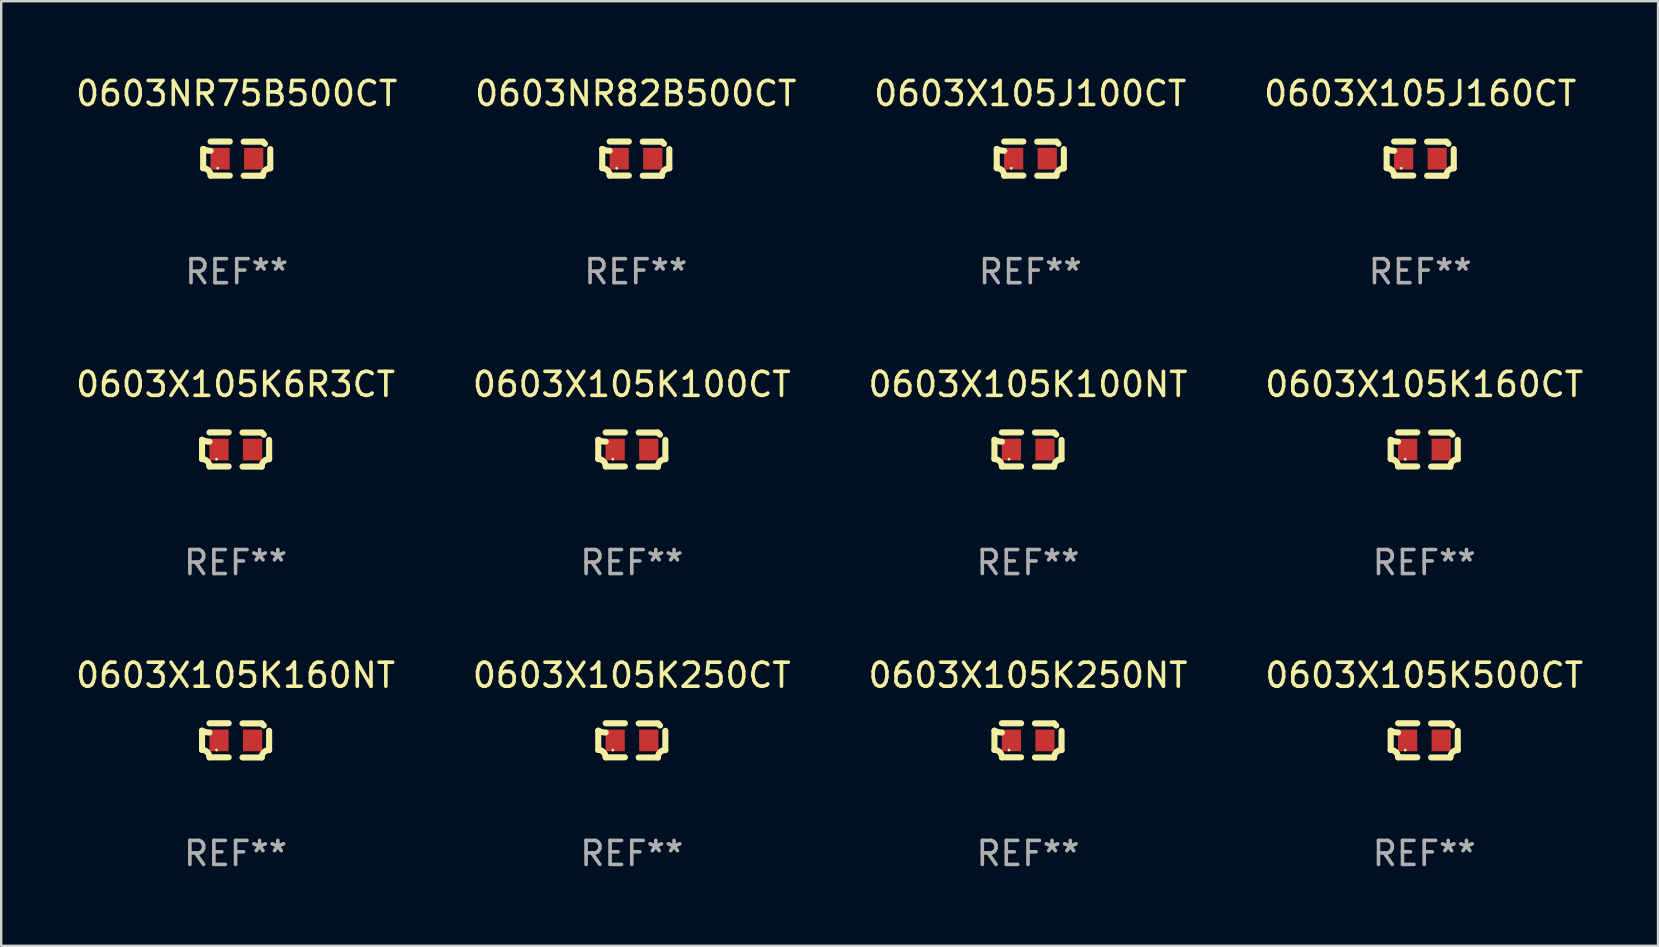
<source format=kicad_pcb>
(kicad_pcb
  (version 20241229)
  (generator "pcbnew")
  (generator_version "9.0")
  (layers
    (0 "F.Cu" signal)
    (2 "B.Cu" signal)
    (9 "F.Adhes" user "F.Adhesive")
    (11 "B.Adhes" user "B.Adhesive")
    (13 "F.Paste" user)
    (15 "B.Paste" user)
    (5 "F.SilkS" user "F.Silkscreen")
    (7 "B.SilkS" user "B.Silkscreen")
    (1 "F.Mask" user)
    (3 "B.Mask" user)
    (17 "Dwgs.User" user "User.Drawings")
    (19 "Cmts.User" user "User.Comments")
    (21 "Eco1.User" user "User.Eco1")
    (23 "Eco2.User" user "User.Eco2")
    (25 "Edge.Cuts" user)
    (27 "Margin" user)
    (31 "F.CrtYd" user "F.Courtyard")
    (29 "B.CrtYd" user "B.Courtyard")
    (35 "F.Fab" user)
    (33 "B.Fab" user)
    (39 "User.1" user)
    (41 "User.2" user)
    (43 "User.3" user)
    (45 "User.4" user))
  (footprint "0603X105K100CT"
    (layer "F.Cu")
    (at 23.28 15.683)
    (property "Reference" "0603X105K100CT" (at 0 -2.713 0) (layer "F.SilkS") (effects (font (size 1 1) (thickness 0.15))))
    (attr through_hole)
    (fp_line (start -1.398 -0.403) (end -1.398 0.397) (stroke (width 0.254) (type solid)) (layer "F.SilkS"))
    (fp_line (start -0.288 -0.713) (end -1.088 -0.713) (stroke (width 0.254) (type solid)) (layer "F.SilkS"))
    (fp_line (start -0.288 0.707) (end -1.088 0.707) (stroke (width 0.254) (type solid)) (layer "F.SilkS"))
    (fp_line (start 0.288 -0.707) (end 1.088 -0.707) (stroke (width 0.254) (type solid)) (layer "F.SilkS"))
    (fp_line (start 0.288 0.713) (end 1.088 0.713) (stroke (width 0.254) (type solid)) (layer "F.SilkS"))
    (fp_line (start 1.398 -0.397) (end 1.398 0.403) (stroke (width 0.254) (type solid)) (layer "F.SilkS"))
    (fp_arc (start -1.397789 0.397066) (mid -1.178701 0.487826) (end -1.08796 0.706922) (stroke (width 0.254001) (type solid)) (layer "F.SilkS"))
    (fp_arc (start -1.08796 -0.327176) (mid -1.247436 -0.346384) (end -1.39779 -0.402908) (stroke (width 0.254001) (type solid)) (layer "F.SilkS"))
    (fp_arc (start 1.087909 0.712738) (mid 1.178656 0.493655) (end 1.397739 0.402908) (stroke (width 0.254001) (type solid)) (layer "F.SilkS"))
    (fp_arc (start 1.175925 -0.618926) (mid 1.131917 -0.662923) (end 1.08791 -0.706922) (stroke (width 0.254001) (type solid)) (layer "F.SilkS"))
    (fp_circle (center -0.792 0.403) (end -0.762 0.403) (stroke (width 0.06) (type solid)) (fill no) (layer "F.SilkS"))
    (fp_text user "REF**" (at 0 4.713 0) (layer "F.Fab") (effects (font (size 1 1) (thickness 0.15))))
    (pad "1" smd rect (at -0.692 0.003) (size 0.8 0.9) (layers "F.Cu" "F.Mask" "F.Paste"))
    (pad "2" smd rect (at 0.708 0.003) (size 0.8 0.9) (layers "F.Cu" "F.Mask" "F.Paste")))
  (footprint "0603X105K100NT"
    (layer "F.Cu")
    (at 39.792 15.683)
    (property "Reference" "0603X105K100NT" (at 0 -2.713 0) (layer "F.SilkS") (effects (font (size 1 1) (thickness 0.15))))
    (attr through_hole)
    (fp_line (start -1.398 -0.403) (end -1.398 0.397) (stroke (width 0.254) (type solid)) (layer "F.SilkS"))
    (fp_line (start -0.288 -0.713) (end -1.088 -0.713) (stroke (width 0.254) (type solid)) (layer "F.SilkS"))
    (fp_line (start -0.288 0.707) (end -1.088 0.707) (stroke (width 0.254) (type solid)) (layer "F.SilkS"))
    (fp_line (start 0.288 -0.707) (end 1.088 -0.707) (stroke (width 0.254) (type solid)) (layer "F.SilkS"))
    (fp_line (start 0.288 0.713) (end 1.088 0.713) (stroke (width 0.254) (type solid)) (layer "F.SilkS"))
    (fp_line (start 1.398 -0.397) (end 1.398 0.403) (stroke (width 0.254) (type solid)) (layer "F.SilkS"))
    (fp_arc (start -1.397789 0.397066) (mid -1.178701 0.487826) (end -1.08796 0.706922) (stroke (width 0.254001) (type solid)) (layer "F.SilkS"))
    (fp_arc (start -1.08796 -0.327176) (mid -1.247436 -0.346384) (end -1.39779 -0.402908) (stroke (width 0.254001) (type solid)) (layer "F.SilkS"))
    (fp_arc (start 1.087909 0.712738) (mid 1.178656 0.493655) (end 1.397739 0.402908) (stroke (width 0.254001) (type solid)) (layer "F.SilkS"))
    (fp_arc (start 1.175925 -0.618926) (mid 1.131917 -0.662923) (end 1.08791 -0.706922) (stroke (width 0.254001) (type solid)) (layer "F.SilkS"))
    (fp_circle (center -0.792 0.403) (end -0.762 0.403) (stroke (width 0.06) (type solid)) (fill no) (layer "F.SilkS"))
    (fp_text user "REF**" (at 0 4.713 0) (layer "F.Fab") (effects (font (size 1 1) (thickness 0.15))))
    (pad "1" smd rect (at -0.692 0.003) (size 0.8 0.9) (layers "F.Cu" "F.Mask" "F.Paste"))
    (pad "2" smd rect (at 0.708 0.003) (size 0.8 0.9) (layers "F.Cu" "F.Mask" "F.Paste")))
  (footprint "0603X105J160CT"
    (layer "F.Cu")
    (at 56.137 3.561)
    (property "Reference" "0603X105J160CT" (at 0 -2.713 0) (layer "F.SilkS") (effects (font (size 1 1) (thickness 0.15))))
    (attr through_hole)
    (fp_line (start -1.398 -0.403) (end -1.398 0.397) (stroke (width 0.254) (type solid)) (layer "F.SilkS"))
    (fp_line (start -0.288 -0.713) (end -1.088 -0.713) (stroke (width 0.254) (type solid)) (layer "F.SilkS"))
    (fp_line (start -0.288 0.707) (end -1.088 0.707) (stroke (width 0.254) (type solid)) (layer "F.SilkS"))
    (fp_line (start 0.288 -0.707) (end 1.088 -0.707) (stroke (width 0.254) (type solid)) (layer "F.SilkS"))
    (fp_line (start 0.288 0.713) (end 1.088 0.713) (stroke (width 0.254) (type solid)) (layer "F.SilkS"))
    (fp_line (start 1.398 -0.397) (end 1.398 0.403) (stroke (width 0.254) (type solid)) (layer "F.SilkS"))
    (fp_arc (start -1.397789 0.397066) (mid -1.178701 0.487826) (end -1.08796 0.706922) (stroke (width 0.254001) (type solid)) (layer "F.SilkS"))
    (fp_arc (start -1.08796 -0.327176) (mid -1.247436 -0.346384) (end -1.39779 -0.402908) (stroke (width 0.254001) (type solid)) (layer "F.SilkS"))
    (fp_arc (start 1.087909 0.712738) (mid 1.178656 0.493655) (end 1.397739 0.402908) (stroke (width 0.254001) (type solid)) (layer "F.SilkS"))
    (fp_arc (start 1.175925 -0.618926) (mid 1.131917 -0.662923) (end 1.08791 -0.706922) (stroke (width 0.254001) (type solid)) (layer "F.SilkS"))
    (fp_circle (center -0.792 0.403) (end -0.762 0.403) (stroke (width 0.06) (type solid)) (fill no) (layer "F.SilkS"))
    (fp_text user "REF**" (at 0 4.713 0) (layer "F.Fab") (effects (font (size 1 1) (thickness 0.15))))
    (pad "1" smd rect (at -0.692 0.003) (size 0.8 0.9) (layers "F.Cu" "F.Mask" "F.Paste"))
    (pad "2" smd rect (at 0.708 0.003) (size 0.8 0.9) (layers "F.Cu" "F.Mask" "F.Paste")))
  (footprint "0603X105K500CT"
    (layer "F.Cu")
    (at 56.304 27.805)
    (property "Reference" "0603X105K500CT" (at 0 -2.713 0) (layer "F.SilkS") (effects (font (size 1 1) (thickness 0.15))))
    (attr through_hole)
    (fp_line (start -1.398 -0.403) (end -1.398 0.397) (stroke (width 0.254) (type solid)) (layer "F.SilkS"))
    (fp_line (start -0.288 -0.713) (end -1.088 -0.713) (stroke (width 0.254) (type solid)) (layer "F.SilkS"))
    (fp_line (start -0.288 0.707) (end -1.088 0.707) (stroke (width 0.254) (type solid)) (layer "F.SilkS"))
    (fp_line (start 0.288 -0.707) (end 1.088 -0.707) (stroke (width 0.254) (type solid)) (layer "F.SilkS"))
    (fp_line (start 0.288 0.713) (end 1.088 0.713) (stroke (width 0.254) (type solid)) (layer "F.SilkS"))
    (fp_line (start 1.398 -0.397) (end 1.398 0.403) (stroke (width 0.254) (type solid)) (layer "F.SilkS"))
    (fp_arc (start -1.397789 0.397066) (mid -1.178701 0.487826) (end -1.08796 0.706922) (stroke (width 0.254001) (type solid)) (layer "F.SilkS"))
    (fp_arc (start -1.08796 -0.327176) (mid -1.247436 -0.346384) (end -1.39779 -0.402908) (stroke (width 0.254001) (type solid)) (layer "F.SilkS"))
    (fp_arc (start 1.087909 0.712738) (mid 1.178656 0.493655) (end 1.397739 0.402908) (stroke (width 0.254001) (type solid)) (layer "F.SilkS"))
    (fp_arc (start 1.175925 -0.618926) (mid 1.131917 -0.662923) (end 1.08791 -0.706922) (stroke (width 0.254001) (type solid)) (layer "F.SilkS"))
    (fp_circle (center -0.792 0.403) (end -0.762 0.403) (stroke (width 0.06) (type solid)) (fill no) (layer "F.SilkS"))
    (fp_text user "REF**" (at 0 4.713 0) (layer "F.Fab") (effects (font (size 1 1) (thickness 0.15))))
    (pad "1" smd rect (at -0.692 0.003) (size 0.8 0.9) (layers "F.Cu" "F.Mask" "F.Paste"))
    (pad "2" smd rect (at 0.708 0.003) (size 0.8 0.9) (layers "F.Cu" "F.Mask" "F.Paste")))
  (footprint "0603NR82B500CT"
    (layer "F.Cu")
    (at 23.446 3.561)
    (property "Reference" "0603NR82B500CT" (at 0 -2.713 0) (layer "F.SilkS") (effects (font (size 1 1) (thickness 0.15))))
    (attr through_hole)
    (fp_line (start -1.398 -0.403) (end -1.398 0.397) (stroke (width 0.254) (type solid)) (layer "F.SilkS"))
    (fp_line (start -0.288 -0.713) (end -1.088 -0.713) (stroke (width 0.254) (type solid)) (layer "F.SilkS"))
    (fp_line (start -0.288 0.707) (end -1.088 0.707) (stroke (width 0.254) (type solid)) (layer "F.SilkS"))
    (fp_line (start 0.288 -0.707) (end 1.088 -0.707) (stroke (width 0.254) (type solid)) (layer "F.SilkS"))
    (fp_line (start 0.288 0.713) (end 1.088 0.713) (stroke (width 0.254) (type solid)) (layer "F.SilkS"))
    (fp_line (start 1.398 -0.397) (end 1.398 0.403) (stroke (width 0.254) (type solid)) (layer "F.SilkS"))
    (fp_arc (start -1.397789 0.397066) (mid -1.178701 0.487826) (end -1.08796 0.706922) (stroke (width 0.254001) (type solid)) (layer "F.SilkS"))
    (fp_arc (start -1.08796 -0.327176) (mid -1.247436 -0.346384) (end -1.39779 -0.402908) (stroke (width 0.254001) (type solid)) (layer "F.SilkS"))
    (fp_arc (start 1.087909 0.712738) (mid 1.178656 0.493655) (end 1.397739 0.402908) (stroke (width 0.254001) (type solid)) (layer "F.SilkS"))
    (fp_arc (start 1.175925 -0.618926) (mid 1.131917 -0.662923) (end 1.08791 -0.706922) (stroke (width 0.254001) (type solid)) (layer "F.SilkS"))
    (fp_circle (center -0.792 0.403) (end -0.762 0.403) (stroke (width 0.06) (type solid)) (fill no) (layer "F.SilkS"))
    (fp_text user "REF**" (at 0 4.713 0) (layer "F.Fab") (effects (font (size 1 1) (thickness 0.15))))
    (pad "1" smd rect (at -0.692 0.003) (size 0.8 0.9) (layers "F.Cu" "F.Mask" "F.Paste"))
    (pad "2" smd rect (at 0.708 0.003) (size 0.8 0.9) (layers "F.Cu" "F.Mask" "F.Paste")))
  (footprint "0603NR75B500CT"
    (layer "F.Cu")
    (at 6.815 3.561)
    (property "Reference" "0603NR75B500CT" (at 0 -2.713 0) (layer "F.SilkS") (effects (font (size 1 1) (thickness 0.15))))
    (attr through_hole)
    (fp_line (start -1.398 -0.403) (end -1.398 0.397) (stroke (width 0.254) (type solid)) (layer "F.SilkS"))
    (fp_line (start -0.288 -0.713) (end -1.088 -0.713) (stroke (width 0.254) (type solid)) (layer "F.SilkS"))
    (fp_line (start -0.288 0.707) (end -1.088 0.707) (stroke (width 0.254) (type solid)) (layer "F.SilkS"))
    (fp_line (start 0.288 -0.707) (end 1.088 -0.707) (stroke (width 0.254) (type solid)) (layer "F.SilkS"))
    (fp_line (start 0.288 0.713) (end 1.088 0.713) (stroke (width 0.254) (type solid)) (layer "F.SilkS"))
    (fp_line (start 1.398 -0.397) (end 1.398 0.403) (stroke (width 0.254) (type solid)) (layer "F.SilkS"))
    (fp_arc (start -1.397789 0.397066) (mid -1.178701 0.487826) (end -1.08796 0.706922) (stroke (width 0.254001) (type solid)) (layer "F.SilkS"))
    (fp_arc (start -1.08796 -0.327176) (mid -1.247436 -0.346384) (end -1.39779 -0.402908) (stroke (width 0.254001) (type solid)) (layer "F.SilkS"))
    (fp_arc (start 1.087909 0.712738) (mid 1.178656 0.493655) (end 1.397739 0.402908) (stroke (width 0.254001) (type solid)) (layer "F.SilkS"))
    (fp_arc (start 1.175925 -0.618926) (mid 1.131917 -0.662923) (end 1.08791 -0.706922) (stroke (width 0.254001) (type solid)) (layer "F.SilkS"))
    (fp_circle (center -0.792 0.403) (end -0.762 0.403) (stroke (width 0.06) (type solid)) (fill no) (layer "F.SilkS"))
    (fp_text user "REF**" (at 0 4.713 0) (layer "F.Fab") (effects (font (size 1 1) (thickness 0.15))))
    (pad "1" smd rect (at -0.692 0.003) (size 0.8 0.9) (layers "F.Cu" "F.Mask" "F.Paste"))
    (pad "2" smd rect (at 0.708 0.003) (size 0.8 0.9) (layers "F.Cu" "F.Mask" "F.Paste")))
  (footprint "0603X105K160NT"
    (layer "F.Cu")
    (at 6.768 27.805)
    (property "Reference" "0603X105K160NT" (at 0 -2.713 0) (layer "F.SilkS") (effects (font (size 1 1) (thickness 0.15))))
    (attr through_hole)
    (fp_line (start -1.398 -0.403) (end -1.398 0.397) (stroke (width 0.254) (type solid)) (layer "F.SilkS"))
    (fp_line (start -0.288 -0.713) (end -1.088 -0.713) (stroke (width 0.254) (type solid)) (layer "F.SilkS"))
    (fp_line (start -0.288 0.707) (end -1.088 0.707) (stroke (width 0.254) (type solid)) (layer "F.SilkS"))
    (fp_line (start 0.288 -0.707) (end 1.088 -0.707) (stroke (width 0.254) (type solid)) (layer "F.SilkS"))
    (fp_line (start 0.288 0.713) (end 1.088 0.713) (stroke (width 0.254) (type solid)) (layer "F.SilkS"))
    (fp_line (start 1.398 -0.397) (end 1.398 0.403) (stroke (width 0.254) (type solid)) (layer "F.SilkS"))
    (fp_arc (start -1.397789 0.397066) (mid -1.178701 0.487826) (end -1.08796 0.706922) (stroke (width 0.254001) (type solid)) (layer "F.SilkS"))
    (fp_arc (start -1.08796 -0.327176) (mid -1.247436 -0.346384) (end -1.39779 -0.402908) (stroke (width 0.254001) (type solid)) (layer "F.SilkS"))
    (fp_arc (start 1.087909 0.712738) (mid 1.178656 0.493655) (end 1.397739 0.402908) (stroke (width 0.254001) (type solid)) (layer "F.SilkS"))
    (fp_arc (start 1.175925 -0.618926) (mid 1.131917 -0.662923) (end 1.08791 -0.706922) (stroke (width 0.254001) (type solid)) (layer "F.SilkS"))
    (fp_circle (center -0.792 0.403) (end -0.762 0.403) (stroke (width 0.06) (type solid)) (fill no) (layer "F.SilkS"))
    (fp_text user "REF**" (at 0 4.713 0) (layer "F.Fab") (effects (font (size 1 1) (thickness 0.15))))
    (pad "1" smd rect (at -0.692 0.003) (size 0.8 0.9) (layers "F.Cu" "F.Mask" "F.Paste"))
    (pad "2" smd rect (at 0.708 0.003) (size 0.8 0.9) (layers "F.Cu" "F.Mask" "F.Paste")))
  (footprint "0603X105J100CT"
    (layer "F.Cu")
    (at 39.887 3.561)
    (property "Reference" "0603X105J100CT" (at 0 -2.713 0) (layer "F.SilkS") (effects (font (size 1 1) (thickness 0.15))))
    (attr through_hole)
    (fp_line (start -1.398 -0.403) (end -1.398 0.397) (stroke (width 0.254) (type solid)) (layer "F.SilkS"))
    (fp_line (start -0.288 -0.713) (end -1.088 -0.713) (stroke (width 0.254) (type solid)) (layer "F.SilkS"))
    (fp_line (start -0.288 0.707) (end -1.088 0.707) (stroke (width 0.254) (type solid)) (layer "F.SilkS"))
    (fp_line (start 0.288 -0.707) (end 1.088 -0.707) (stroke (width 0.254) (type solid)) (layer "F.SilkS"))
    (fp_line (start 0.288 0.713) (end 1.088 0.713) (stroke (width 0.254) (type solid)) (layer "F.SilkS"))
    (fp_line (start 1.398 -0.397) (end 1.398 0.403) (stroke (width 0.254) (type solid)) (layer "F.SilkS"))
    (fp_arc (start -1.397789 0.397066) (mid -1.178701 0.487826) (end -1.08796 0.706922) (stroke (width 0.254001) (type solid)) (layer "F.SilkS"))
    (fp_arc (start -1.08796 -0.327176) (mid -1.247436 -0.346384) (end -1.39779 -0.402908) (stroke (width 0.254001) (type solid)) (layer "F.SilkS"))
    (fp_arc (start 1.087909 0.712738) (mid 1.178656 0.493655) (end 1.397739 0.402908) (stroke (width 0.254001) (type solid)) (layer "F.SilkS"))
    (fp_arc (start 1.175925 -0.618926) (mid 1.131917 -0.662923) (end 1.08791 -0.706922) (stroke (width 0.254001) (type solid)) (layer "F.SilkS"))
    (fp_circle (center -0.792 0.403) (end -0.762 0.403) (stroke (width 0.06) (type solid)) (fill no) (layer "F.SilkS"))
    (fp_text user "REF**" (at 0 4.713 0) (layer "F.Fab") (effects (font (size 1 1) (thickness 0.15))))
    (pad "1" smd rect (at -0.692 0.003) (size 0.8 0.9) (layers "F.Cu" "F.Mask" "F.Paste"))
    (pad "2" smd rect (at 0.708 0.003) (size 0.8 0.9) (layers "F.Cu" "F.Mask" "F.Paste")))
  (footprint "0603X105K250NT"
    (layer "F.Cu")
    (at 39.792 27.805)
    (property "Reference" "0603X105K250NT" (at 0 -2.713 0) (layer "F.SilkS") (effects (font (size 1 1) (thickness 0.15))))
    (attr through_hole)
    (fp_line (start -1.398 -0.403) (end -1.398 0.397) (stroke (width 0.254) (type solid)) (layer "F.SilkS"))
    (fp_line (start -0.288 -0.713) (end -1.088 -0.713) (stroke (width 0.254) (type solid)) (layer "F.SilkS"))
    (fp_line (start -0.288 0.707) (end -1.088 0.707) (stroke (width 0.254) (type solid)) (layer "F.SilkS"))
    (fp_line (start 0.288 -0.707) (end 1.088 -0.707) (stroke (width 0.254) (type solid)) (layer "F.SilkS"))
    (fp_line (start 0.288 0.713) (end 1.088 0.713) (stroke (width 0.254) (type solid)) (layer "F.SilkS"))
    (fp_line (start 1.398 -0.397) (end 1.398 0.403) (stroke (width 0.254) (type solid)) (layer "F.SilkS"))
    (fp_arc (start -1.397789 0.397066) (mid -1.178701 0.487826) (end -1.08796 0.706922) (stroke (width 0.254001) (type solid)) (layer "F.SilkS"))
    (fp_arc (start -1.08796 -0.327176) (mid -1.247436 -0.346384) (end -1.39779 -0.402908) (stroke (width 0.254001) (type solid)) (layer "F.SilkS"))
    (fp_arc (start 1.087909 0.712738) (mid 1.178656 0.493655) (end 1.397739 0.402908) (stroke (width 0.254001) (type solid)) (layer "F.SilkS"))
    (fp_arc (start 1.175925 -0.618926) (mid 1.131917 -0.662923) (end 1.08791 -0.706922) (stroke (width 0.254001) (type solid)) (layer "F.SilkS"))
    (fp_circle (center -0.792 0.403) (end -0.762 0.403) (stroke (width 0.06) (type solid)) (fill no) (layer "F.SilkS"))
    (fp_text user "REF**" (at 0 4.713 0) (layer "F.Fab") (effects (font (size 1 1) (thickness 0.15))))
    (pad "1" smd rect (at -0.692 0.003) (size 0.8 0.9) (layers "F.Cu" "F.Mask" "F.Paste"))
    (pad "2" smd rect (at 0.708 0.003) (size 0.8 0.9) (layers "F.Cu" "F.Mask" "F.Paste")))
  (footprint "0603X105K6R3CT"
    (layer "F.Cu")
    (at 6.768 15.683)
    (property "Reference" "0603X105K6R3CT" (at 0 -2.713 0) (layer "F.SilkS") (effects (font (size 1 1) (thickness 0.15))))
    (attr through_hole)
    (fp_line (start -1.398 -0.403) (end -1.398 0.397) (stroke (width 0.254) (type solid)) (layer "F.SilkS"))
    (fp_line (start -0.288 -0.713) (end -1.088 -0.713) (stroke (width 0.254) (type solid)) (layer "F.SilkS"))
    (fp_line (start -0.288 0.707) (end -1.088 0.707) (stroke (width 0.254) (type solid)) (layer "F.SilkS"))
    (fp_line (start 0.288 -0.707) (end 1.088 -0.707) (stroke (width 0.254) (type solid)) (layer "F.SilkS"))
    (fp_line (start 0.288 0.713) (end 1.088 0.713) (stroke (width 0.254) (type solid)) (layer "F.SilkS"))
    (fp_line (start 1.398 -0.397) (end 1.398 0.403) (stroke (width 0.254) (type solid)) (layer "F.SilkS"))
    (fp_arc (start -1.397789 0.397066) (mid -1.178701 0.487826) (end -1.08796 0.706922) (stroke (width 0.254001) (type solid)) (layer "F.SilkS"))
    (fp_arc (start -1.08796 -0.327176) (mid -1.247436 -0.346384) (end -1.39779 -0.402908) (stroke (width 0.254001) (type solid)) (layer "F.SilkS"))
    (fp_arc (start 1.087909 0.712738) (mid 1.178656 0.493655) (end 1.397739 0.402908) (stroke (width 0.254001) (type solid)) (layer "F.SilkS"))
    (fp_arc (start 1.175925 -0.618926) (mid 1.131917 -0.662923) (end 1.08791 -0.706922) (stroke (width 0.254001) (type solid)) (layer "F.SilkS"))
    (fp_circle (center -0.792 0.403) (end -0.762 0.403) (stroke (width 0.06) (type solid)) (fill no) (layer "F.SilkS"))
    (fp_text user "REF**" (at 0 4.713 0) (layer "F.Fab") (effects (font (size 1 1) (thickness 0.15))))
    (pad "1" smd rect (at -0.692 0.003) (size 0.8 0.9) (layers "F.Cu" "F.Mask" "F.Paste"))
    (pad "2" smd rect (at 0.708 0.003) (size 0.8 0.9) (layers "F.Cu" "F.Mask" "F.Paste")))
  (footprint "0603X105K160CT"
    (layer "F.Cu")
    (at 56.304 15.683)
    (property "Reference" "0603X105K160CT" (at 0 -2.713 0) (layer "F.SilkS") (effects (font (size 1 1) (thickness 0.15))))
    (attr through_hole)
    (fp_line (start -1.398 -0.403) (end -1.398 0.397) (stroke (width 0.254) (type solid)) (layer "F.SilkS"))
    (fp_line (start -0.288 -0.713) (end -1.088 -0.713) (stroke (width 0.254) (type solid)) (layer "F.SilkS"))
    (fp_line (start -0.288 0.707) (end -1.088 0.707) (stroke (width 0.254) (type solid)) (layer "F.SilkS"))
    (fp_line (start 0.288 -0.707) (end 1.088 -0.707) (stroke (width 0.254) (type solid)) (layer "F.SilkS"))
    (fp_line (start 0.288 0.713) (end 1.088 0.713) (stroke (width 0.254) (type solid)) (layer "F.SilkS"))
    (fp_line (start 1.398 -0.397) (end 1.398 0.403) (stroke (width 0.254) (type solid)) (layer "F.SilkS"))
    (fp_arc (start -1.397789 0.397066) (mid -1.178701 0.487826) (end -1.08796 0.706922) (stroke (width 0.254001) (type solid)) (layer "F.SilkS"))
    (fp_arc (start -1.08796 -0.327176) (mid -1.247436 -0.346384) (end -1.39779 -0.402908) (stroke (width 0.254001) (type solid)) (layer "F.SilkS"))
    (fp_arc (start 1.087909 0.712738) (mid 1.178656 0.493655) (end 1.397739 0.402908) (stroke (width 0.254001) (type solid)) (layer "F.SilkS"))
    (fp_arc (start 1.175925 -0.618926) (mid 1.131917 -0.662923) (end 1.08791 -0.706922) (stroke (width 0.254001) (type solid)) (layer "F.SilkS"))
    (fp_circle (center -0.792 0.403) (end -0.762 0.403) (stroke (width 0.06) (type solid)) (fill no) (layer "F.SilkS"))
    (fp_text user "REF**" (at 0 4.713 0) (layer "F.Fab") (effects (font (size 1 1) (thickness 0.15))))
    (pad "1" smd rect (at -0.692 0.003) (size 0.8 0.9) (layers "F.Cu" "F.Mask" "F.Paste"))
    (pad "2" smd rect (at 0.708 0.003) (size 0.8 0.9) (layers "F.Cu" "F.Mask" "F.Paste")))
  (footprint "0603X105K250CT"
    (layer "F.Cu")
    (at 23.28 27.805)
    (property "Reference" "0603X105K250CT" (at 0 -2.713 0) (layer "F.SilkS") (effects (font (size 1 1) (thickness 0.15))))
    (attr through_hole)
    (fp_line (start -1.398 -0.403) (end -1.398 0.397) (stroke (width 0.254) (type solid)) (layer "F.SilkS"))
    (fp_line (start -0.288 -0.713) (end -1.088 -0.713) (stroke (width 0.254) (type solid)) (layer "F.SilkS"))
    (fp_line (start -0.288 0.707) (end -1.088 0.707) (stroke (width 0.254) (type solid)) (layer "F.SilkS"))
    (fp_line (start 0.288 -0.707) (end 1.088 -0.707) (stroke (width 0.254) (type solid)) (layer "F.SilkS"))
    (fp_line (start 0.288 0.713) (end 1.088 0.713) (stroke (width 0.254) (type solid)) (layer "F.SilkS"))
    (fp_line (start 1.398 -0.397) (end 1.398 0.403) (stroke (width 0.254) (type solid)) (layer "F.SilkS"))
    (fp_arc (start -1.397789 0.397066) (mid -1.178701 0.487826) (end -1.08796 0.706922) (stroke (width 0.254001) (type solid)) (layer "F.SilkS"))
    (fp_arc (start -1.08796 -0.327176) (mid -1.247436 -0.346384) (end -1.39779 -0.402908) (stroke (width 0.254001) (type solid)) (layer "F.SilkS"))
    (fp_arc (start 1.087909 0.712738) (mid 1.178656 0.493655) (end 1.397739 0.402908) (stroke (width 0.254001) (type solid)) (layer "F.SilkS"))
    (fp_arc (start 1.175925 -0.618926) (mid 1.131917 -0.662923) (end 1.08791 -0.706922) (stroke (width 0.254001) (type solid)) (layer "F.SilkS"))
    (fp_circle (center -0.792 0.403) (end -0.762 0.403) (stroke (width 0.06) (type solid)) (fill no) (layer "F.SilkS"))
    (fp_text user "REF**" (at 0 4.713 0) (layer "F.Fab") (effects (font (size 1 1) (thickness 0.15))))
    (pad "1" smd rect (at -0.692 0.003) (size 0.8 0.9) (layers "F.Cu" "F.Mask" "F.Paste"))
    (pad "2" smd rect (at 0.708 0.003) (size 0.8 0.9) (layers "F.Cu" "F.Mask" "F.Paste")))
  (gr_rect
    (start -3 -3)
    (end 66.048 36.366)
    (stroke (width 0.1) (type default))
    (fill no)
    (layer "Edge.Cuts")))
</source>
